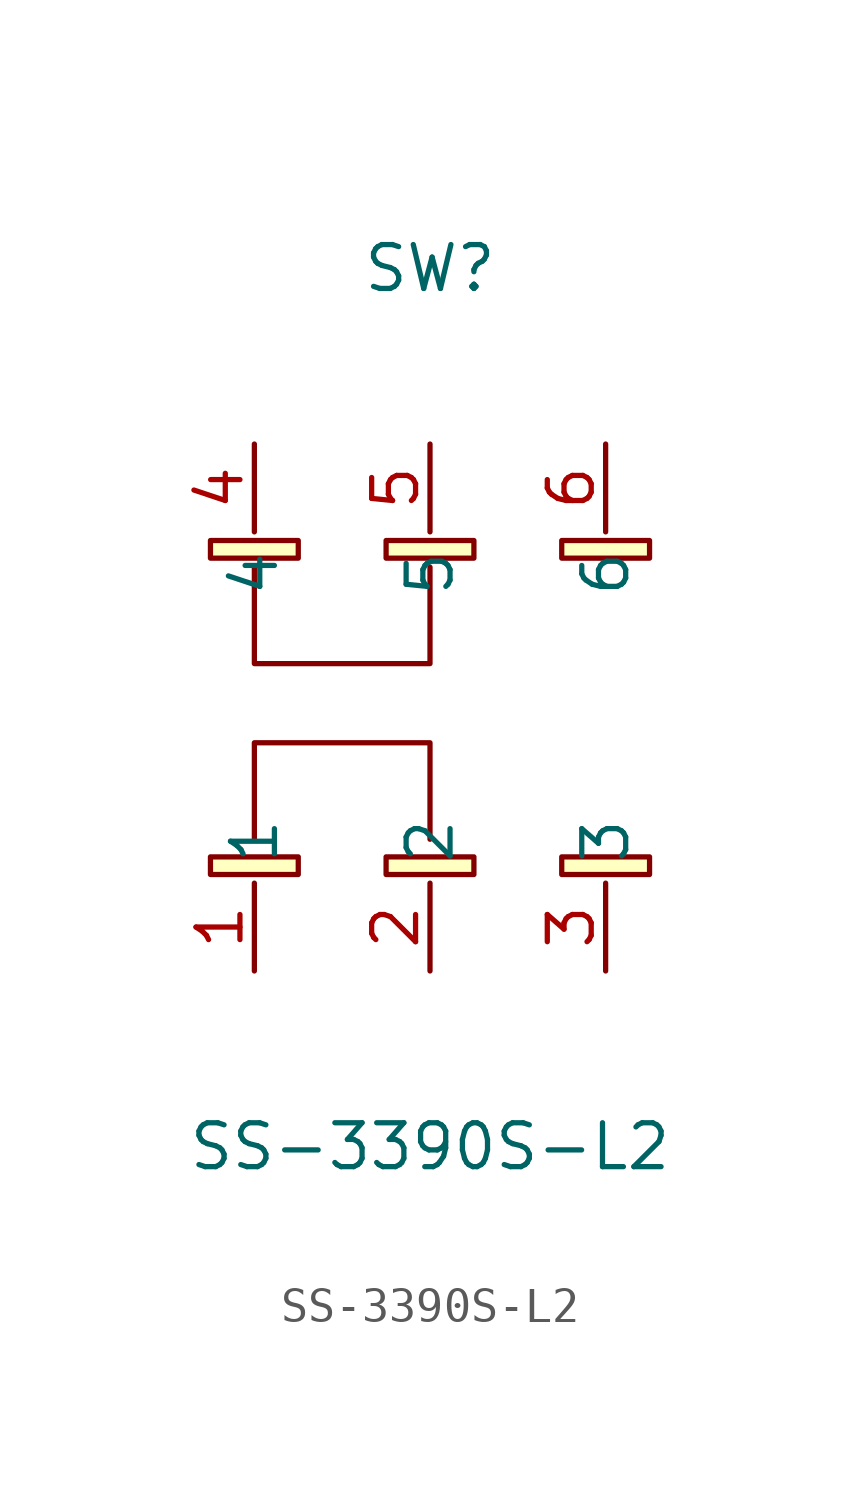
<source format=kicad_sym>
(kicad_symbol_lib
  (version 20211014)
  (generator https://github.com/uPesy/easyeda2kicad.py)
  (symbol "SS-3390S-L2"
    (property "Reference" "SW"
      (at 0 12.70 0)
      (effects (font (size 1.27 1.27))))
    (property "Value" "SS-3390S-L2"
      (at 0 -12.70 0)
      (effects (font (size 1.27 1.27))))
    (symbol "SS-3390S-L2_0_1"
      (rectangle (start -1.27 4.83) (end 1.27 4.32) (stroke (width 0) (type default) (color 0 0 0 0)) (fill (type background)))
      (rectangle (start -6.35 -4.32) (end -3.81 -4.83) (stroke (width 0) (type default) (color 0 0 0 0)) (fill (type background)))
      (rectangle (start 3.81 -4.32) (end 6.35 -4.83) (stroke (width 0) (type default) (color 0 0 0 0)) (fill (type background)))
      (rectangle (start -6.35 4.83) (end -3.81 4.32) (stroke (width 0) (type default) (color 0 0 0 0)) (fill (type background)))
      (rectangle (start -1.27 -4.32) (end 1.27 -4.83) (stroke (width 0) (type default) (color 0 0 0 0)) (fill (type background)))
      (rectangle (start 3.81 4.83) (end 6.35 4.32) (stroke (width 0) (type default) (color 0 0 0 0)) (fill (type background)))
      (polyline (pts (xy -5.08 4.06) (xy -5.08 1.27) (xy 0.00 1.27) (xy 0.00 4.06)) (stroke (width 0) (type default) (color 0 0 0 0)) (fill (type none)))
      (polyline (pts (xy 0.00 -3.81) (xy 0.00 -1.02) (xy -5.08 -1.02) (xy -5.08 -3.81)) (stroke (width 0) (type default) (color 0 0 0 0)) (fill (type none)))
      (pin unspecified line (at -5.08 -7.62 90) (length 2.54) (name "1" (effects (font (size 1.27 1.27)))) (number "1" (effects (font (size 1.27 1.27)))))
      (pin unspecified line (at 0.00 -7.62 90) (length 2.54) (name "2" (effects (font (size 1.27 1.27)))) (number "2" (effects (font (size 1.27 1.27)))))
      (pin unspecified line (at 5.08 -7.62 90) (length 2.54) (name "3" (effects (font (size 1.27 1.27)))) (number "3" (effects (font (size 1.27 1.27)))))
      (pin unspecified line (at -5.08 7.62 270) (length 2.54) (name "4" (effects (font (size 1.27 1.27)))) (number "4" (effects (font (size 1.27 1.27)))))
      (pin unspecified line (at 0.00 7.62 270) (length 2.54) (name "5" (effects (font (size 1.27 1.27)))) (number "5" (effects (font (size 1.27 1.27)))))
      (pin unspecified line (at 5.08 7.62 270) (length 2.54) (name "6" (effects (font (size 1.27 1.27)))) (number "6" (effects (font (size 1.27 1.27))))))))
</source>
